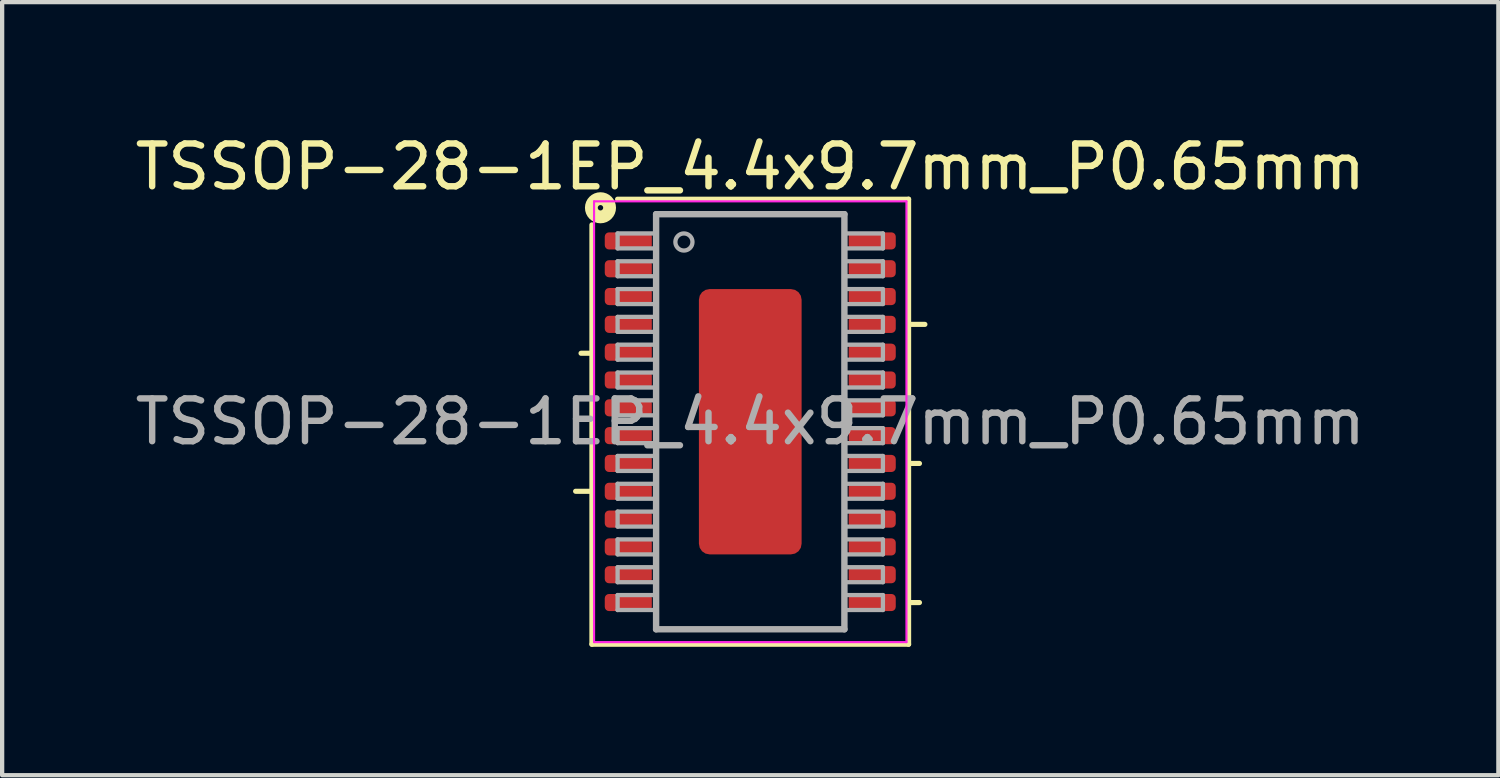
<source format=kicad_pcb>
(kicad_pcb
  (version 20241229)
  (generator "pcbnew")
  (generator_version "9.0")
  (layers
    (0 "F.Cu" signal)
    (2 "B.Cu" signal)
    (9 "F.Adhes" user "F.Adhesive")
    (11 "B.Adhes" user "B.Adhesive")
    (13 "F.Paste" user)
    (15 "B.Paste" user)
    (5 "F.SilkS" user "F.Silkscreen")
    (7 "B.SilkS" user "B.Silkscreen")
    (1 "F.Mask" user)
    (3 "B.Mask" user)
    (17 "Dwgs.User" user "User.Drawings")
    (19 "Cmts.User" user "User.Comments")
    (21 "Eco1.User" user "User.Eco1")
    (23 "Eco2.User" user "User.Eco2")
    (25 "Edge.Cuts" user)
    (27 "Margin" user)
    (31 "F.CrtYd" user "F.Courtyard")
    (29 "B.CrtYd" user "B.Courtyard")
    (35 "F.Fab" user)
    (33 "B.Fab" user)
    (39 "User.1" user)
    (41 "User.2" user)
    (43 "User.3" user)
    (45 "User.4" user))
  (footprint "TSSOP-28-1EP_4.4x9.7mm_P0.65mm"
    (layer "F.Cu")
    (at 14.482 6.805)
    (property "Reference" "TSSOP-28-1EP_4.4x9.7mm_P0.65mm" (at 0 -5.957 0) (layer "F.SilkS") (effects (font (size 1 1) (thickness 0.15))))
    (attr smd)
    (fp_line (start -4.081 1.625) (end -3.7 1.625) (stroke (width 0.12) (type solid)) (layer "F.SilkS"))
    (fp_line (start -3.954 -1.6) (end -3.7 -1.6) (stroke (width 0.12) (type solid)) (layer "F.SilkS"))
    (fp_line (start -3.7 -4.6) (end -3.7 5.2) (stroke (width 0.12) (type solid)) (layer "F.SilkS"))
    (fp_line (start -3.7 5.2) (end 3.7 5.2) (stroke (width 0.12) (type solid)) (layer "F.SilkS"))
    (fp_line (start 3.7 -5.2) (end -3.1 -5.2) (stroke (width 0.12) (type solid)) (layer "F.SilkS"))
    (fp_line (start 3.7 -2.275) (end 4.081 -2.275) (stroke (width 0.12) (type solid)) (layer "F.SilkS"))
    (fp_line (start 3.7 0.975) (end 3.954 0.975) (stroke (width 0.12) (type solid)) (layer "F.SilkS"))
    (fp_line (start 3.7 4.225) (end 3.954 4.225) (stroke (width 0.12) (type solid)) (layer "F.SilkS"))
    (fp_line (start 3.7 5.2) (end 3.7 -5.2) (stroke (width 0.12) (type solid)) (layer "F.SilkS"))
    (fp_circle (center -3.5 -5) (end -3.437 -5) (stroke (width 0.3) (type solid)) (fill no) (layer "F.SilkS"))
    (fp_line (start -3.65 -5.15) (end -3.65 5.15) (stroke (width 0.05) (type solid)) (layer "F.CrtYd"))
    (fp_line (start -3.65 -5.15) (end 3.65 -5.15) (stroke (width 0.05) (type solid)) (layer "F.CrtYd"))
    (fp_line (start -3.65 5.15) (end 3.65 5.15) (stroke (width 0.05) (type solid)) (layer "F.CrtYd"))
    (fp_line (start 3.65 -5.15) (end 3.65 5.15) (stroke (width 0.05) (type solid)) (layer "F.CrtYd"))
    (fp_line (start -3.1 -4.4) (end -3.1 -4.05) (stroke (width 0.1) (type solid)) (layer "F.Fab"))
    (fp_line (start -3.1 -4.4) (end -2.2 -4.4) (stroke (width 0.1) (type solid)) (layer "F.Fab"))
    (fp_line (start -3.1 -4.05) (end -2.2 -4.05) (stroke (width 0.1) (type solid)) (layer "F.Fab"))
    (fp_line (start -3.1 -3.75) (end -3.1 -3.4) (stroke (width 0.1) (type solid)) (layer "F.Fab"))
    (fp_line (start -3.1 -3.75) (end -2.2 -3.75) (stroke (width 0.1) (type solid)) (layer "F.Fab"))
    (fp_line (start -3.1 -3.4) (end -2.2 -3.4) (stroke (width 0.1) (type solid)) (layer "F.Fab"))
    (fp_line (start -3.1 -3.1) (end -3.1 -2.75) (stroke (width 0.1) (type solid)) (layer "F.Fab"))
    (fp_line (start -3.1 -3.1) (end -2.2 -3.1) (stroke (width 0.1) (type solid)) (layer "F.Fab"))
    (fp_line (start -3.1 -2.75) (end -2.2 -2.75) (stroke (width 0.1) (type solid)) (layer "F.Fab"))
    (fp_line (start -3.1 -2.45) (end -3.1 -2.1) (stroke (width 0.1) (type solid)) (layer "F.Fab"))
    (fp_line (start -3.1 -2.45) (end -2.2 -2.45) (stroke (width 0.1) (type solid)) (layer "F.Fab"))
    (fp_line (start -3.1 -2.1) (end -2.2 -2.1) (stroke (width 0.1) (type solid)) (layer "F.Fab"))
    (fp_line (start -3.1 -1.8) (end -3.1 -1.45) (stroke (width 0.1) (type solid)) (layer "F.Fab"))
    (fp_line (start -3.1 -1.8) (end -2.2 -1.8) (stroke (width 0.1) (type solid)) (layer "F.Fab"))
    (fp_line (start -3.1 -1.45) (end -2.2 -1.45) (stroke (width 0.1) (type solid)) (layer "F.Fab"))
    (fp_line (start -3.1 -1.15) (end -3.1 -0.8) (stroke (width 0.1) (type solid)) (layer "F.Fab"))
    (fp_line (start -3.1 -1.15) (end -2.2 -1.15) (stroke (width 0.1) (type solid)) (layer "F.Fab"))
    (fp_line (start -3.1 -0.8) (end -2.2 -0.8) (stroke (width 0.1) (type solid)) (layer "F.Fab"))
    (fp_line (start -3.1 -0.5) (end -3.1 -0.15) (stroke (width 0.1) (type solid)) (layer "F.Fab"))
    (fp_line (start -3.1 -0.5) (end -2.2 -0.5) (stroke (width 0.1) (type solid)) (layer "F.Fab"))
    (fp_line (start -3.1 -0.15) (end -2.2 -0.15) (stroke (width 0.1) (type solid)) (layer "F.Fab"))
    (fp_line (start -3.1 0.15) (end -3.1 0.5) (stroke (width 0.1) (type solid)) (layer "F.Fab"))
    (fp_line (start -3.1 0.15) (end -2.2 0.15) (stroke (width 0.1) (type solid)) (layer "F.Fab"))
    (fp_line (start -3.1 0.5) (end -2.2 0.5) (stroke (width 0.1) (type solid)) (layer "F.Fab"))
    (fp_line (start -3.1 0.8) (end -3.1 1.15) (stroke (width 0.1) (type solid)) (layer "F.Fab"))
    (fp_line (start -3.1 0.8) (end -2.2 0.8) (stroke (width 0.1) (type solid)) (layer "F.Fab"))
    (fp_line (start -3.1 1.15) (end -2.2 1.15) (stroke (width 0.1) (type solid)) (layer "F.Fab"))
    (fp_line (start -3.1 1.45) (end -3.1 1.8) (stroke (width 0.1) (type solid)) (layer "F.Fab"))
    (fp_line (start -3.1 1.45) (end -2.2 1.45) (stroke (width 0.1) (type solid)) (layer "F.Fab"))
    (fp_line (start -3.1 1.8) (end -2.2 1.8) (stroke (width 0.1) (type solid)) (layer "F.Fab"))
    (fp_line (start -3.1 2.1) (end -3.1 2.45) (stroke (width 0.1) (type solid)) (layer "F.Fab"))
    (fp_line (start -3.1 2.1) (end -2.2 2.1) (stroke (width 0.1) (type solid)) (layer "F.Fab"))
    (fp_line (start -3.1 2.45) (end -2.2 2.45) (stroke (width 0.1) (type solid)) (layer "F.Fab"))
    (fp_line (start -3.1 2.75) (end -3.1 3.1) (stroke (width 0.1) (type solid)) (layer "F.Fab"))
    (fp_line (start -3.1 2.75) (end -2.2 2.75) (stroke (width 0.1) (type solid)) (layer "F.Fab"))
    (fp_line (start -3.1 3.1) (end -2.2 3.1) (stroke (width 0.1) (type solid)) (layer "F.Fab"))
    (fp_line (start -3.1 3.4) (end -3.1 3.75) (stroke (width 0.1) (type solid)) (layer "F.Fab"))
    (fp_line (start -3.1 3.4) (end -2.2 3.4) (stroke (width 0.1) (type solid)) (layer "F.Fab"))
    (fp_line (start -3.1 3.75) (end -2.2 3.75) (stroke (width 0.1) (type solid)) (layer "F.Fab"))
    (fp_line (start -3.1 4.05) (end -3.1 4.4) (stroke (width 0.1) (type solid)) (layer "F.Fab"))
    (fp_line (start -3.1 4.05) (end -2.2 4.05) (stroke (width 0.1) (type solid)) (layer "F.Fab"))
    (fp_line (start -3.1 4.4) (end -2.2 4.4) (stroke (width 0.1) (type solid)) (layer "F.Fab"))
    (fp_line (start -2.2 -4.85) (end 2.2 -4.85) (stroke (width 0.15) (type solid)) (layer "F.Fab"))
    (fp_line (start -2.2 4.85) (end -2.2 -4.85) (stroke (width 0.15) (type solid)) (layer "F.Fab"))
    (fp_line (start 2.2 -4.85) (end 2.2 4.85) (stroke (width 0.15) (type solid)) (layer "F.Fab"))
    (fp_line (start 2.2 4.85) (end -2.2 4.85) (stroke (width 0.15) (type solid)) (layer "F.Fab"))
    (fp_line (start 3.1 -4.4) (end 2.2 -4.4) (stroke (width 0.1) (type solid)) (layer "F.Fab"))
    (fp_line (start 3.1 -4.05) (end 2.2 -4.05) (stroke (width 0.1) (type solid)) (layer "F.Fab"))
    (fp_line (start 3.1 -4.05) (end 3.1 -4.4) (stroke (width 0.1) (type solid)) (layer "F.Fab"))
    (fp_line (start 3.1 -3.75) (end 2.2 -3.75) (stroke (width 0.1) (type solid)) (layer "F.Fab"))
    (fp_line (start 3.1 -3.4) (end 2.2 -3.4) (stroke (width 0.1) (type solid)) (layer "F.Fab"))
    (fp_line (start 3.1 -3.4) (end 3.1 -3.75) (stroke (width 0.1) (type solid)) (layer "F.Fab"))
    (fp_line (start 3.1 -3.1) (end 2.2 -3.1) (stroke (width 0.1) (type solid)) (layer "F.Fab"))
    (fp_line (start 3.1 -2.75) (end 2.2 -2.75) (stroke (width 0.1) (type solid)) (layer "F.Fab"))
    (fp_line (start 3.1 -2.75) (end 3.1 -3.1) (stroke (width 0.1) (type solid)) (layer "F.Fab"))
    (fp_line (start 3.1 -2.45) (end 2.2 -2.45) (stroke (width 0.1) (type solid)) (layer "F.Fab"))
    (fp_line (start 3.1 -2.1) (end 2.2 -2.1) (stroke (width 0.1) (type solid)) (layer "F.Fab"))
    (fp_line (start 3.1 -2.1) (end 3.1 -2.45) (stroke (width 0.1) (type solid)) (layer "F.Fab"))
    (fp_line (start 3.1 -1.8) (end 2.2 -1.8) (stroke (width 0.1) (type solid)) (layer "F.Fab"))
    (fp_line (start 3.1 -1.45) (end 2.2 -1.45) (stroke (width 0.1) (type solid)) (layer "F.Fab"))
    (fp_line (start 3.1 -1.45) (end 3.1 -1.8) (stroke (width 0.1) (type solid)) (layer "F.Fab"))
    (fp_line (start 3.1 -1.15) (end 2.2 -1.15) (stroke (width 0.1) (type solid)) (layer "F.Fab"))
    (fp_line (start 3.1 -0.8) (end 2.2 -0.8) (stroke (width 0.1) (type solid)) (layer "F.Fab"))
    (fp_line (start 3.1 -0.8) (end 3.1 -1.15) (stroke (width 0.1) (type solid)) (layer "F.Fab"))
    (fp_line (start 3.1 -0.5) (end 2.2 -0.5) (stroke (width 0.1) (type solid)) (layer "F.Fab"))
    (fp_line (start 3.1 -0.15) (end 2.2 -0.15) (stroke (width 0.1) (type solid)) (layer "F.Fab"))
    (fp_line (start 3.1 -0.15) (end 3.1 -0.5) (stroke (width 0.1) (type solid)) (layer "F.Fab"))
    (fp_line (start 3.1 0.15) (end 2.2 0.15) (stroke (width 0.1) (type solid)) (layer "F.Fab"))
    (fp_line (start 3.1 0.5) (end 2.2 0.5) (stroke (width 0.1) (type solid)) (layer "F.Fab"))
    (fp_line (start 3.1 0.5) (end 3.1 0.15) (stroke (width 0.1) (type solid)) (layer "F.Fab"))
    (fp_line (start 3.1 0.8) (end 2.2 0.8) (stroke (width 0.1) (type solid)) (layer "F.Fab"))
    (fp_line (start 3.1 1.15) (end 2.2 1.15) (stroke (width 0.1) (type solid)) (layer "F.Fab"))
    (fp_line (start 3.1 1.15) (end 3.1 0.8) (stroke (width 0.1) (type solid)) (layer "F.Fab"))
    (fp_line (start 3.1 1.45) (end 2.2 1.45) (stroke (width 0.1) (type solid)) (layer "F.Fab"))
    (fp_line (start 3.1 1.8) (end 2.2 1.8) (stroke (width 0.1) (type solid)) (layer "F.Fab"))
    (fp_line (start 3.1 1.8) (end 3.1 1.45) (stroke (width 0.1) (type solid)) (layer "F.Fab"))
    (fp_line (start 3.1 2.1) (end 2.2 2.1) (stroke (width 0.1) (type solid)) (layer "F.Fab"))
    (fp_line (start 3.1 2.45) (end 2.2 2.45) (stroke (width 0.1) (type solid)) (layer "F.Fab"))
    (fp_line (start 3.1 2.45) (end 3.1 2.1) (stroke (width 0.1) (type solid)) (layer "F.Fab"))
    (fp_line (start 3.1 2.75) (end 2.2 2.75) (stroke (width 0.1) (type solid)) (layer "F.Fab"))
    (fp_line (start 3.1 3.1) (end 2.2 3.1) (stroke (width 0.1) (type solid)) (layer "F.Fab"))
    (fp_line (start 3.1 3.1) (end 3.1 2.75) (stroke (width 0.1) (type solid)) (layer "F.Fab"))
    (fp_line (start 3.1 3.4) (end 2.2 3.4) (stroke (width 0.1) (type solid)) (layer "F.Fab"))
    (fp_line (start 3.1 3.75) (end 2.2 3.75) (stroke (width 0.1) (type solid)) (layer "F.Fab"))
    (fp_line (start 3.1 3.75) (end 3.1 3.4) (stroke (width 0.1) (type solid)) (layer "F.Fab"))
    (fp_line (start 3.1 4.05) (end 2.2 4.05) (stroke (width 0.1) (type solid)) (layer "F.Fab"))
    (fp_line (start 3.1 4.4) (end 2.2 4.4) (stroke (width 0.1) (type solid)) (layer "F.Fab"))
    (fp_line (start 3.1 4.4) (end 3.1 4.05) (stroke (width 0.1) (type solid)) (layer "F.Fab"))
    (fp_circle (center -1.55 -4.2) (end -1.35 -4.2) (stroke (width 0.1) (type solid)) (fill no) (layer "F.Fab"))
    (fp_text user "${REFERENCE}" (at 0 0 0) (layer "F.Fab") (effects (font (size 1 1) (thickness 0.15))))
    (pad "" smd roundrect (at -0.6 -2.4) (size 0.9 0.9) (layers "F.Paste") (roundrect_rratio 0.25))
    (pad "" smd roundrect (at -0.6 -1.2) (size 0.9 0.9) (layers "F.Paste") (roundrect_rratio 0.25))
    (pad "" smd roundrect (at -0.6 0) (size 0.9 0.9) (layers "F.Paste") (roundrect_rratio 0.25))
    (pad "" smd roundrect (at -0.6 1.2) (size 0.9 0.9) (layers "F.Paste") (roundrect_rratio 0.25))
    (pad "" smd roundrect (at -0.6 2.4) (size 0.9 0.9) (layers "F.Paste") (roundrect_rratio 0.25))
    (pad "" smd roundrect (at 0.6 -2.4) (size 0.9 0.9) (layers "F.Paste") (roundrect_rratio 0.25))
    (pad "" smd roundrect (at 0.6 -1.2) (size 0.9 0.9) (layers "F.Paste") (roundrect_rratio 0.25))
    (pad "" smd roundrect (at 0.6 0) (size 0.9 0.9) (layers "F.Paste") (roundrect_rratio 0.25))
    (pad "" smd roundrect (at 0.6 1.2) (size 0.9 0.9) (layers "F.Paste") (roundrect_rratio 0.25))
    (pad "" smd roundrect (at 0.6 2.4) (size 0.9 0.9) (layers "F.Paste") (roundrect_rratio 0.25))
    (pad "1" smd roundrect (at -2.85 -4.225) (size 1.1 0.4) (layers "F.Cu" "F.Mask" "F.Paste") (roundrect_rratio 0.25))
    (pad "2" smd roundrect (at -2.85 -3.575) (size 1.1 0.4) (layers "F.Cu" "F.Mask" "F.Paste") (roundrect_rratio 0.25))
    (pad "3" smd roundrect (at -2.85 -2.925) (size 1.1 0.4) (layers "F.Cu" "F.Mask" "F.Paste") (roundrect_rratio 0.25))
    (pad "4" smd roundrect (at -2.85 -2.275) (size 1.1 0.4) (layers "F.Cu" "F.Mask" "F.Paste") (roundrect_rratio 0.25))
    (pad "5" smd roundrect (at -2.85 -1.625) (size 1.1 0.4) (layers "F.Cu" "F.Mask" "F.Paste") (roundrect_rratio 0.25))
    (pad "6" smd roundrect (at -2.85 -0.975) (size 1.1 0.4) (layers "F.Cu" "F.Mask" "F.Paste") (roundrect_rratio 0.25))
    (pad "7" smd roundrect (at -2.85 -0.325) (size 1.1 0.4) (layers "F.Cu" "F.Mask" "F.Paste") (roundrect_rratio 0.25))
    (pad "8" smd roundrect (at -2.85 0.325) (size 1.1 0.4) (layers "F.Cu" "F.Mask" "F.Paste") (roundrect_rratio 0.25))
    (pad "9" smd roundrect (at -2.85 0.975) (size 1.1 0.4) (layers "F.Cu" "F.Mask" "F.Paste") (roundrect_rratio 0.25))
    (pad "10" smd roundrect (at -2.85 1.625) (size 1.1 0.4) (layers "F.Cu" "F.Mask" "F.Paste") (roundrect_rratio 0.25))
    (pad "11" smd roundrect (at -2.85 2.275) (size 1.1 0.4) (layers "F.Cu" "F.Mask" "F.Paste") (roundrect_rratio 0.25))
    (pad "12" smd roundrect (at -2.85 2.925) (size 1.1 0.4) (layers "F.Cu" "F.Mask" "F.Paste") (roundrect_rratio 0.25))
    (pad "13" smd roundrect (at -2.85 3.575) (size 1.1 0.4) (layers "F.Cu" "F.Mask" "F.Paste") (roundrect_rratio 0.25))
    (pad "14" smd roundrect (at -2.85 4.225) (size 1.1 0.4) (layers "F.Cu" "F.Mask" "F.Paste") (roundrect_rratio 0.25))
    (pad "15" smd roundrect (at 2.85 4.225) (size 1.1 0.4) (layers "F.Cu" "F.Mask" "F.Paste") (roundrect_rratio 0.25))
    (pad "16" smd roundrect (at 2.85 3.575) (size 1.1 0.4) (layers "F.Cu" "F.Mask" "F.Paste") (roundrect_rratio 0.25))
    (pad "17" smd roundrect (at 2.85 2.925) (size 1.1 0.4) (layers "F.Cu" "F.Mask" "F.Paste") (roundrect_rratio 0.25))
    (pad "18" smd roundrect (at 2.85 2.275) (size 1.1 0.4) (layers "F.Cu" "F.Mask" "F.Paste") (roundrect_rratio 0.25))
    (pad "19" smd roundrect (at 2.85 1.625) (size 1.1 0.4) (layers "F.Cu" "F.Mask" "F.Paste") (roundrect_rratio 0.25))
    (pad "20" smd roundrect (at 2.85 0.975) (size 1.1 0.4) (layers "F.Cu" "F.Mask" "F.Paste") (roundrect_rratio 0.25))
    (pad "21" smd roundrect (at 2.85 0.325) (size 1.1 0.4) (layers "F.Cu" "F.Mask" "F.Paste") (roundrect_rratio 0.25))
    (pad "22" smd roundrect (at 2.85 -0.325) (size 1.1 0.4) (layers "F.Cu" "F.Mask" "F.Paste") (roundrect_rratio 0.25))
    (pad "23" smd roundrect (at 2.85 -0.975) (size 1.1 0.4) (layers "F.Cu" "F.Mask" "F.Paste") (roundrect_rratio 0.25))
    (pad "24" smd roundrect (at 2.85 -1.625) (size 1.1 0.4) (layers "F.Cu" "F.Mask" "F.Paste") (roundrect_rratio 0.25))
    (pad "25" smd roundrect (at 2.85 -2.275) (size 1.1 0.4) (layers "F.Cu" "F.Mask" "F.Paste") (roundrect_rratio 0.25))
    (pad "26" smd roundrect (at 2.85 -2.925) (size 1.1 0.4) (layers "F.Cu" "F.Mask" "F.Paste") (roundrect_rratio 0.25))
    (pad "27" smd roundrect (at 2.85 -3.575) (size 1.1 0.4) (layers "F.Cu" "F.Mask" "F.Paste") (roundrect_rratio 0.25))
    (pad "28" smd roundrect (at 2.85 -4.225) (size 1.1 0.4) (layers "F.Cu" "F.Mask" "F.Paste") (roundrect_rratio 0.25))
    (pad "29" smd roundrect (at 0 0) (size 2.4 6.2) (layers "F.Cu" "F.Mask") (roundrect_rratio 0.104)))
  (gr_rect
    (start -3 -3)
    (end 31.964 15.065)
    (stroke (width 0.1) (type default))
    (fill no)
    (layer "Edge.Cuts")))
</source>
